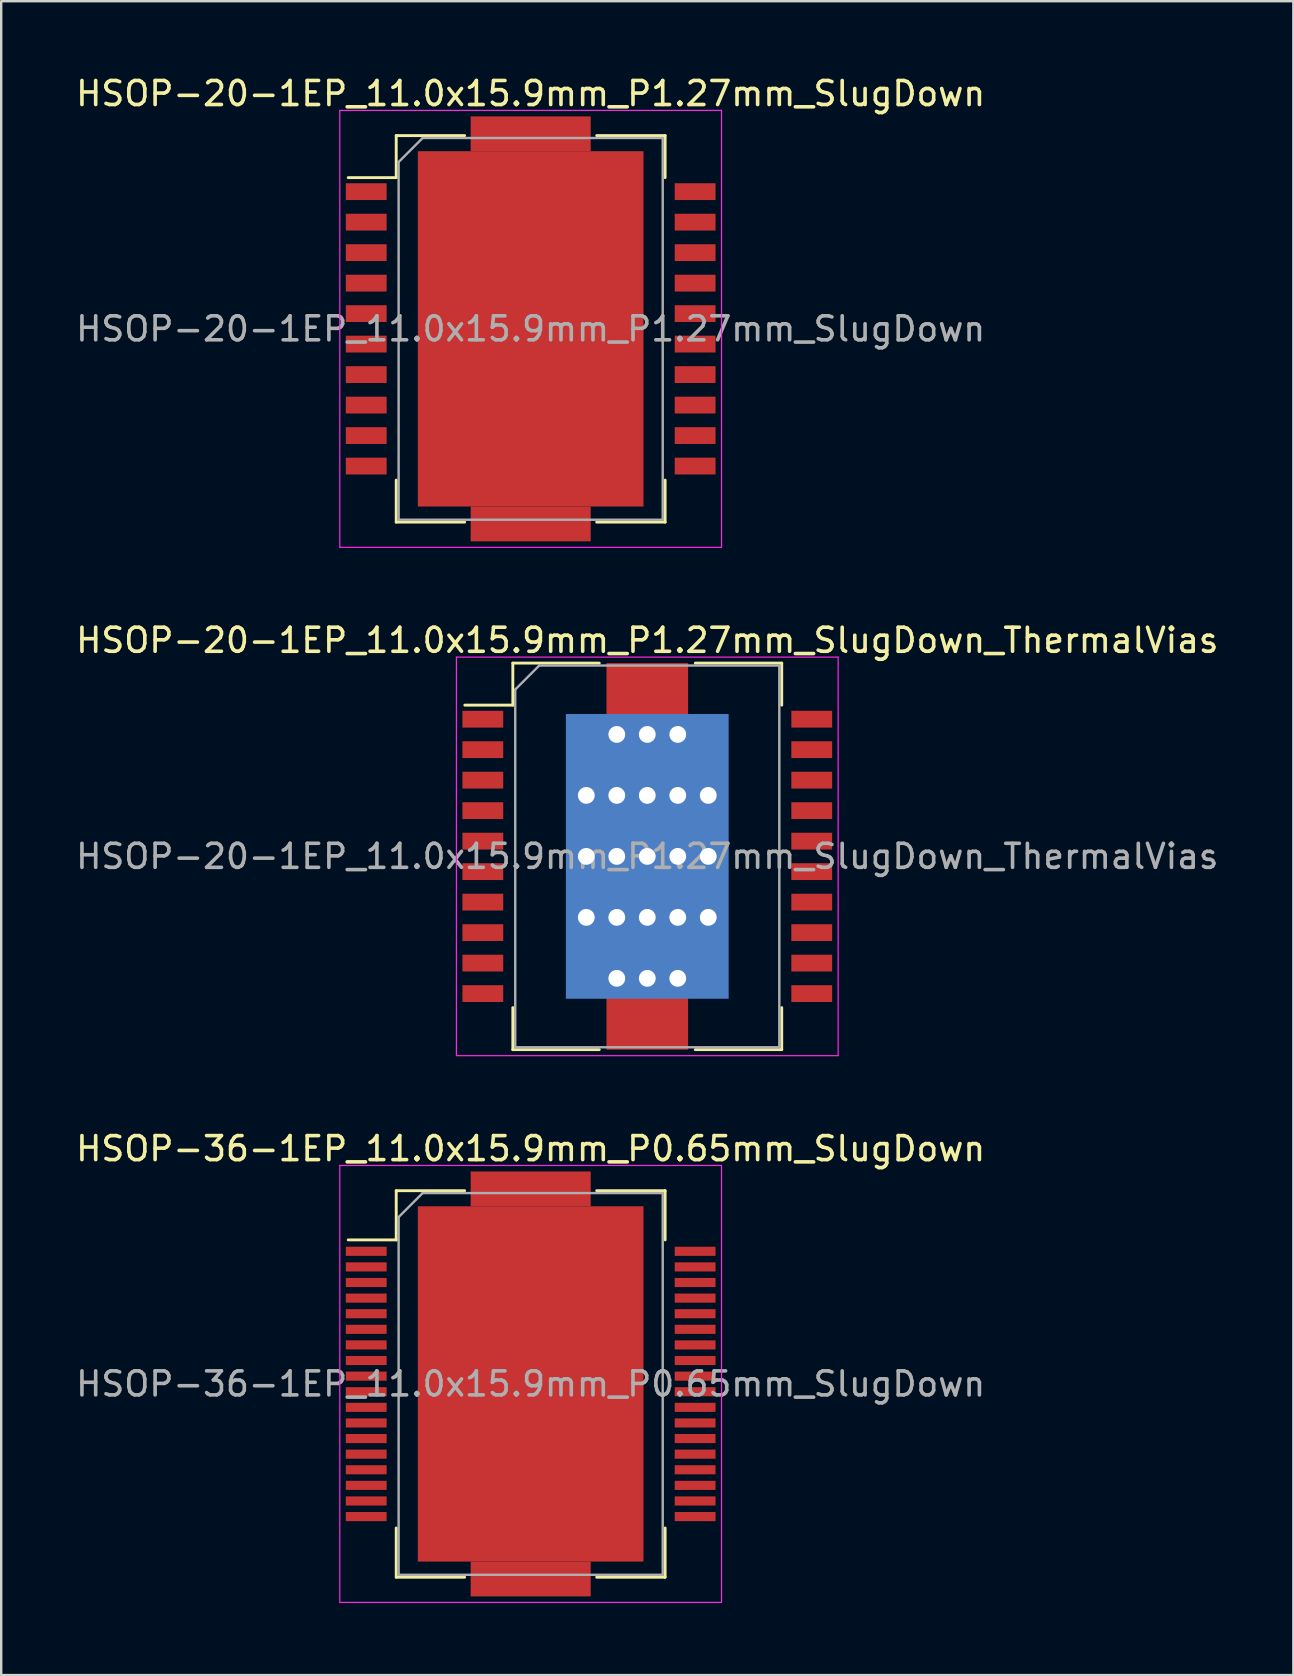
<source format=kicad_pcb>
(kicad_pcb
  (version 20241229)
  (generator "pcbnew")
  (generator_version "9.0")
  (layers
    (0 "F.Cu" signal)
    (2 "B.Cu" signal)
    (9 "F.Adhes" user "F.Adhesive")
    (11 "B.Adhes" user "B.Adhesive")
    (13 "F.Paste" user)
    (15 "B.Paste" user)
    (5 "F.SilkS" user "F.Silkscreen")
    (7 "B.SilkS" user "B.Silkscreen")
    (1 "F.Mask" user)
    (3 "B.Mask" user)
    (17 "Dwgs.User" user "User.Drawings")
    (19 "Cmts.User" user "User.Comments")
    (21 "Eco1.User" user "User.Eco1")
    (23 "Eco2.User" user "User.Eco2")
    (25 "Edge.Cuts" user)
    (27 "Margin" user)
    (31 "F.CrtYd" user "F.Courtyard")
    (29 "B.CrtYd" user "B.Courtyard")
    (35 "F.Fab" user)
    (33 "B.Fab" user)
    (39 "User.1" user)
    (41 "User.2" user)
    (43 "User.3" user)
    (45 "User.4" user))
  (footprint "HSOP-36-1EP_11.0x15.9mm_P0.65mm_SlugDown"
    (layer "F.Cu")
    (at 19.054 54.595)
    (property "Reference" "HSOP-36-1EP_11.0x15.9mm_P0.65mm_SlugDown" (at 0 -9.8 0) (layer "F.SilkS") (effects (font (size 1 1) (thickness 0.15))))
    (attr smd)
    (fp_line (start -5.6 -8.05) (end -5.6 -6) (stroke (width 0.12) (type solid)) (layer "F.SilkS"))
    (fp_line (start -5.6 -6) (end -7.6 -6) (stroke (width 0.12) (type solid)) (layer "F.SilkS"))
    (fp_line (start -5.6 8.05) (end -5.6 6) (stroke (width 0.12) (type solid)) (layer "F.SilkS"))
    (fp_line (start -2.75 -8.05) (end -5.6 -8.05) (stroke (width 0.12) (type solid)) (layer "F.SilkS"))
    (fp_line (start -2.75 8.05) (end -5.6 8.05) (stroke (width 0.12) (type solid)) (layer "F.SilkS"))
    (fp_line (start 5.6 -8.05) (end 2.75 -8.05) (stroke (width 0.12) (type solid)) (layer "F.SilkS"))
    (fp_line (start 5.6 -8.05) (end 5.6 -6) (stroke (width 0.12) (type solid)) (layer "F.SilkS"))
    (fp_line (start 5.6 8.05) (end 2.75 8.05) (stroke (width 0.12) (type solid)) (layer "F.SilkS"))
    (fp_line (start 5.6 8.05) (end 5.6 6) (stroke (width 0.12) (type solid)) (layer "F.SilkS"))
    (fp_line (start -7.95 -9.1) (end -7.95 9.1) (stroke (width 0.05) (type solid)) (layer "F.CrtYd"))
    (fp_line (start -7.95 -9.1) (end 7.95 -9.1) (stroke (width 0.05) (type solid)) (layer "F.CrtYd"))
    (fp_line (start 7.95 9.1) (end -7.95 9.1) (stroke (width 0.05) (type solid)) (layer "F.CrtYd"))
    (fp_line (start 7.95 9.1) (end 7.95 -9.1) (stroke (width 0.05) (type solid)) (layer "F.CrtYd"))
    (fp_line (start -5.5 -6.95) (end -5.5 7.95) (stroke (width 0.1) (type solid)) (layer "F.Fab"))
    (fp_line (start -5.5 7.95) (end 5.5 7.95) (stroke (width 0.1) (type solid)) (layer "F.Fab"))
    (fp_line (start -4.5 -7.95) (end -5.5 -6.95) (stroke (width 0.1) (type solid)) (layer "F.Fab"))
    (fp_line (start 5.5 -7.95) (end -4.5 -7.95) (stroke (width 0.1) (type solid)) (layer "F.Fab"))
    (fp_line (start 5.5 7.95) (end 5.5 -7.95) (stroke (width 0.1) (type solid)) (layer "F.Fab"))
    (fp_text user "${REFERENCE}" (at 0 0 0) (layer "F.Fab") (effects (font (size 1 1) (thickness 0.15))))
    (pad "1" smd rect (at -6.85 -5.525) (size 1.7 0.38) (layers "F.Cu" "F.Mask" "F.Paste"))
    (pad "2" smd rect (at -6.85 -4.875) (size 1.7 0.38) (layers "F.Cu" "F.Mask" "F.Paste"))
    (pad "3" smd rect (at -6.85 -4.225) (size 1.7 0.38) (layers "F.Cu" "F.Mask" "F.Paste"))
    (pad "4" smd rect (at -6.85 -3.575) (size 1.7 0.38) (layers "F.Cu" "F.Mask" "F.Paste"))
    (pad "5" smd rect (at -6.85 -2.925) (size 1.7 0.38) (layers "F.Cu" "F.Mask" "F.Paste"))
    (pad "6" smd rect (at -6.85 -2.275) (size 1.7 0.38) (layers "F.Cu" "F.Mask" "F.Paste"))
    (pad "7" smd rect (at -6.85 -1.625) (size 1.7 0.38) (layers "F.Cu" "F.Mask" "F.Paste"))
    (pad "8" smd rect (at -6.85 -0.975) (size 1.7 0.38) (layers "F.Cu" "F.Mask" "F.Paste"))
    (pad "9" smd rect (at -6.85 -0.325) (size 1.7 0.38) (layers "F.Cu" "F.Mask" "F.Paste"))
    (pad "10" smd rect (at -6.85 0.325) (size 1.7 0.38) (layers "F.Cu" "F.Mask" "F.Paste"))
    (pad "11" smd rect (at -6.85 0.975) (size 1.7 0.38) (layers "F.Cu" "F.Mask" "F.Paste"))
    (pad "12" smd rect (at -6.85 1.625) (size 1.7 0.38) (layers "F.Cu" "F.Mask" "F.Paste"))
    (pad "13" smd rect (at -6.85 2.275) (size 1.7 0.38) (layers "F.Cu" "F.Mask" "F.Paste"))
    (pad "14" smd rect (at -6.85 2.925) (size 1.7 0.38) (layers "F.Cu" "F.Mask" "F.Paste"))
    (pad "15" smd rect (at -6.85 3.575) (size 1.7 0.38) (layers "F.Cu" "F.Mask" "F.Paste"))
    (pad "16" smd rect (at -6.85 4.225) (size 1.7 0.38) (layers "F.Cu" "F.Mask" "F.Paste"))
    (pad "17" smd rect (at -6.85 4.875) (size 1.7 0.38) (layers "F.Cu" "F.Mask" "F.Paste"))
    (pad "18" smd rect (at -6.85 5.525) (size 1.7 0.38) (layers "F.Cu" "F.Mask" "F.Paste"))
    (pad "19" smd rect (at 6.85 5.525) (size 1.7 0.38) (layers "F.Cu" "F.Mask" "F.Paste"))
    (pad "20" smd rect (at 6.85 4.875) (size 1.7 0.38) (layers "F.Cu" "F.Mask" "F.Paste"))
    (pad "21" smd rect (at 6.85 4.225) (size 1.7 0.38) (layers "F.Cu" "F.Mask" "F.Paste"))
    (pad "22" smd rect (at 6.85 3.575) (size 1.7 0.38) (layers "F.Cu" "F.Mask" "F.Paste"))
    (pad "23" smd rect (at 6.85 2.925) (size 1.7 0.38) (layers "F.Cu" "F.Mask" "F.Paste"))
    (pad "24" smd rect (at 6.85 2.275) (size 1.7 0.38) (layers "F.Cu" "F.Mask" "F.Paste"))
    (pad "25" smd rect (at 6.85 1.625) (size 1.7 0.38) (layers "F.Cu" "F.Mask" "F.Paste"))
    (pad "26" smd rect (at 6.85 0.975) (size 1.7 0.38) (layers "F.Cu" "F.Mask" "F.Paste"))
    (pad "27" smd rect (at 6.85 0.325) (size 1.7 0.38) (layers "F.Cu" "F.Mask" "F.Paste"))
    (pad "28" smd rect (at 6.85 -0.325) (size 1.7 0.38) (layers "F.Cu" "F.Mask" "F.Paste"))
    (pad "29" smd rect (at 6.85 -0.975) (size 1.7 0.38) (layers "F.Cu" "F.Mask" "F.Paste"))
    (pad "30" smd rect (at 6.85 -1.625) (size 1.7 0.38) (layers "F.Cu" "F.Mask" "F.Paste"))
    (pad "31" smd rect (at 6.85 -2.275) (size 1.7 0.38) (layers "F.Cu" "F.Mask" "F.Paste"))
    (pad "32" smd rect (at 6.85 -2.925) (size 1.7 0.38) (layers "F.Cu" "F.Mask" "F.Paste"))
    (pad "33" smd rect (at 6.85 -3.575) (size 1.7 0.38) (layers "F.Cu" "F.Mask" "F.Paste"))
    (pad "34" smd rect (at 6.85 -4.225) (size 1.7 0.38) (layers "F.Cu" "F.Mask" "F.Paste"))
    (pad "35" smd rect (at 6.85 -4.875) (size 1.7 0.38) (layers "F.Cu" "F.Mask" "F.Paste"))
    (pad "36" smd rect (at 6.85 -5.525) (size 1.7 0.38) (layers "F.Cu" "F.Mask" "F.Paste"))
    (pad "37" smd rect (at 0 -8.125) (size 5 1.45) (layers "F.Cu" "F.Mask" "F.Paste"))
    (pad "37" smd rect (at 0 0) (size 9.4 14.8) (layers "F.Cu" "F.Mask" "F.Paste"))
    (pad "37" smd rect (at 0 8.125) (size 5 1.45) (layers "F.Cu" "F.Mask" "F.Paste")))
  (footprint "HSOP-20-1EP_11.0x15.9mm_P1.27mm_SlugDown_ThermalVias"
    (layer "F.Cu")
    (at 23.911 32.621)
    (property "Reference" "HSOP-20-1EP_11.0x15.9mm_P1.27mm_SlugDown_ThermalVias" (at 0 -9 0) (layer "F.SilkS") (effects (font (size 1 1) (thickness 0.15))))
    (attr smd)
    (fp_line (start -5.6 -8.05) (end -5.6 -6.3) (stroke (width 0.12) (type solid)) (layer "F.SilkS"))
    (fp_line (start -5.6 -6.3) (end -7.6 -6.3) (stroke (width 0.12) (type solid)) (layer "F.SilkS"))
    (fp_line (start -5.6 8.05) (end -5.6 6.3) (stroke (width 0.12) (type solid)) (layer "F.SilkS"))
    (fp_line (start -2 -8.05) (end -5.6 -8.05) (stroke (width 0.12) (type solid)) (layer "F.SilkS"))
    (fp_line (start -2 8.05) (end -5.6 8.05) (stroke (width 0.12) (type solid)) (layer "F.SilkS"))
    (fp_line (start 5.6 -8.05) (end 2 -8.05) (stroke (width 0.12) (type solid)) (layer "F.SilkS"))
    (fp_line (start 5.6 -8.05) (end 5.6 -6.3) (stroke (width 0.12) (type solid)) (layer "F.SilkS"))
    (fp_line (start 5.6 8.05) (end 2 8.05) (stroke (width 0.12) (type solid)) (layer "F.SilkS"))
    (fp_line (start 5.6 8.05) (end 5.6 6.3) (stroke (width 0.12) (type solid)) (layer "F.SilkS"))
    (fp_line (start -7.95 -8.3) (end -7.95 8.3) (stroke (width 0.05) (type solid)) (layer "F.CrtYd"))
    (fp_line (start -7.95 -8.3) (end 7.95 -8.3) (stroke (width 0.05) (type solid)) (layer "F.CrtYd"))
    (fp_line (start 7.95 8.3) (end -7.95 8.3) (stroke (width 0.05) (type solid)) (layer "F.CrtYd"))
    (fp_line (start 7.95 8.3) (end 7.95 -8.3) (stroke (width 0.05) (type solid)) (layer "F.CrtYd"))
    (fp_line (start -5.5 -6.95) (end -5.5 7.95) (stroke (width 0.1) (type solid)) (layer "F.Fab"))
    (fp_line (start -5.5 7.95) (end 5.5 7.95) (stroke (width 0.1) (type solid)) (layer "F.Fab"))
    (fp_line (start -4.5 -7.95) (end -5.5 -6.95) (stroke (width 0.1) (type solid)) (layer "F.Fab"))
    (fp_line (start 5.5 -7.95) (end -4.5 -7.95) (stroke (width 0.1) (type solid)) (layer "F.Fab"))
    (fp_line (start 5.5 7.95) (end 5.5 -7.95) (stroke (width 0.1) (type solid)) (layer "F.Fab"))
    (fp_text user "${REFERENCE}" (at 0 0 0) (layer "F.Fab") (effects (font (size 1 1) (thickness 0.15))))
    (pad "1" smd rect (at -6.85 -5.715) (size 1.7 0.7) (layers "F.Cu" "F.Mask" "F.Paste"))
    (pad "2" smd rect (at -6.85 -4.445) (size 1.7 0.7) (layers "F.Cu" "F.Mask" "F.Paste"))
    (pad "3" smd rect (at -6.85 -3.175) (size 1.7 0.7) (layers "F.Cu" "F.Mask" "F.Paste"))
    (pad "4" smd rect (at -6.85 -1.905) (size 1.7 0.7) (layers "F.Cu" "F.Mask" "F.Paste"))
    (pad "5" smd rect (at -6.85 -0.635) (size 1.7 0.7) (layers "F.Cu" "F.Mask" "F.Paste"))
    (pad "6" smd rect (at -6.85 0.635) (size 1.7 0.7) (layers "F.Cu" "F.Mask" "F.Paste"))
    (pad "7" smd rect (at -6.85 1.905) (size 1.7 0.7) (layers "F.Cu" "F.Mask" "F.Paste"))
    (pad "8" smd rect (at -6.85 3.175) (size 1.7 0.7) (layers "F.Cu" "F.Mask" "F.Paste"))
    (pad "9" smd rect (at -6.85 4.445) (size 1.7 0.7) (layers "F.Cu" "F.Mask" "F.Paste"))
    (pad "10" smd rect (at -6.85 5.715) (size 1.7 0.7) (layers "F.Cu" "F.Mask" "F.Paste"))
    (pad "11" smd rect (at 6.85 5.715) (size 1.7 0.7) (layers "F.Cu" "F.Mask" "F.Paste"))
    (pad "12" smd rect (at 6.85 4.445) (size 1.7 0.7) (layers "F.Cu" "F.Mask" "F.Paste"))
    (pad "13" smd rect (at 6.85 3.175) (size 1.7 0.7) (layers "F.Cu" "F.Mask" "F.Paste"))
    (pad "14" smd rect (at 6.85 1.905) (size 1.7 0.7) (layers "F.Cu" "F.Mask" "F.Paste"))
    (pad "15" smd rect (at 6.85 0.635) (size 1.7 0.7) (layers "F.Cu" "F.Mask" "F.Paste"))
    (pad "16" smd rect (at 6.85 -0.635) (size 1.7 0.7) (layers "F.Cu" "F.Mask" "F.Paste"))
    (pad "17" smd rect (at 6.85 -1.905) (size 1.7 0.7) (layers "F.Cu" "F.Mask" "F.Paste"))
    (pad "18" smd rect (at 6.85 -3.175) (size 1.7 0.7) (layers "F.Cu" "F.Mask" "F.Paste"))
    (pad "19" smd rect (at 6.85 -4.445) (size 1.7 0.7) (layers "F.Cu" "F.Mask" "F.Paste"))
    (pad "20" smd rect (at 6.85 -5.715) (size 1.7 0.7) (layers "F.Cu" "F.Mask" "F.Paste"))
    (pad "21" thru_hole circle (at -2.54 -2.54) (size 1 1) (drill 0.7) (layers "*.Cu"))
    (pad "21" thru_hole circle (at -2.54 0) (size 1 1) (drill 0.7) (layers "*.Cu"))
    (pad "21" thru_hole circle (at -2.54 2.54) (size 1 1) (drill 0.7) (layers "*.Cu"))
    (pad "21" thru_hole circle (at -1.27 -5.08) (size 1 1) (drill 0.7) (layers "*.Cu"))
    (pad "21" thru_hole circle (at -1.27 -2.54) (size 1 1) (drill 0.7) (layers "*.Cu"))
    (pad "21" thru_hole circle (at -1.27 0) (size 1 1) (drill 0.7) (layers "*.Cu"))
    (pad "21" thru_hole circle (at -1.27 2.54) (size 1 1) (drill 0.7) (layers "*.Cu"))
    (pad "21" thru_hole circle (at -1.27 5.08) (size 1 1) (drill 0.7) (layers "*.Cu"))
    (pad "21" smd rect (at 0 -6.843) (size 3.4 2.415) (layers "F.Cu" "F.Mask" "F.Paste"))
    (pad "21" thru_hole circle (at 0 -5.08) (size 1 1) (drill 0.7) (layers "*.Cu"))
    (pad "21" thru_hole circle (at 0 -2.54) (size 1 1) (drill 0.7) (layers "*.Cu"))
    (pad "21" thru_hole circle (at 0 0) (size 1 1) (drill 0.7) (layers "*.Cu"))
    (pad "21" smd rect (at 0 0) (size 6.4 11.27) (layers "F.Cu" "F.Mask" "F.Paste"))
    (pad "21" smd rect (at 0 0) (size 6.78 11.86) (layers "B.Cu"))
    (pad "21" thru_hole circle (at 0 2.54) (size 1 1) (drill 0.7) (layers "*.Cu"))
    (pad "21" thru_hole circle (at 0 5.08) (size 1 1) (drill 0.7) (layers "*.Cu"))
    (pad "21" smd rect (at 0 6.843) (size 3.4 2.415) (layers "F.Cu" "F.Mask" "F.Paste"))
    (pad "21" thru_hole circle (at 1.27 -5.08) (size 1 1) (drill 0.7) (layers "*.Cu"))
    (pad "21" thru_hole circle (at 1.27 -2.54) (size 1 1) (drill 0.7) (layers "*.Cu"))
    (pad "21" thru_hole circle (at 1.27 0) (size 1 1) (drill 0.7) (layers "*.Cu"))
    (pad "21" thru_hole circle (at 1.27 2.54) (size 1 1) (drill 0.7) (layers "*.Cu"))
    (pad "21" thru_hole circle (at 1.27 5.08) (size 1 1) (drill 0.7) (layers "*.Cu"))
    (pad "21" thru_hole circle (at 2.54 -2.54) (size 1 1) (drill 0.7) (layers "*.Cu"))
    (pad "21" thru_hole circle (at 2.54 0) (size 1 1) (drill 0.7) (layers "*.Cu"))
    (pad "21" thru_hole circle (at 2.54 2.54) (size 1 1) (drill 0.7) (layers "*.Cu")))
  (footprint "HSOP-20-1EP_11.0x15.9mm_P1.27mm_SlugDown"
    (layer "F.Cu")
    (at 19.054 10.648)
    (property "Reference" "HSOP-20-1EP_11.0x15.9mm_P1.27mm_SlugDown" (at 0 -9.8 0) (layer "F.SilkS") (effects (font (size 1 1) (thickness 0.15))))
    (attr smd)
    (fp_line (start -5.6 -8.05) (end -5.6 -6.3) (stroke (width 0.12) (type solid)) (layer "F.SilkS"))
    (fp_line (start -5.6 -6.3) (end -7.6 -6.3) (stroke (width 0.12) (type solid)) (layer "F.SilkS"))
    (fp_line (start -5.6 8.05) (end -5.6 6.3) (stroke (width 0.12) (type solid)) (layer "F.SilkS"))
    (fp_line (start -2.75 -8.05) (end -5.6 -8.05) (stroke (width 0.12) (type solid)) (layer "F.SilkS"))
    (fp_line (start -2.75 8.05) (end -5.6 8.05) (stroke (width 0.12) (type solid)) (layer "F.SilkS"))
    (fp_line (start 5.6 -8.05) (end 2.75 -8.05) (stroke (width 0.12) (type solid)) (layer "F.SilkS"))
    (fp_line (start 5.6 -8.05) (end 5.6 -6.3) (stroke (width 0.12) (type solid)) (layer "F.SilkS"))
    (fp_line (start 5.6 8.05) (end 2.75 8.05) (stroke (width 0.12) (type solid)) (layer "F.SilkS"))
    (fp_line (start 5.6 8.05) (end 5.6 6.3) (stroke (width 0.12) (type solid)) (layer "F.SilkS"))
    (fp_line (start -7.95 -9.1) (end -7.95 9.1) (stroke (width 0.05) (type solid)) (layer "F.CrtYd"))
    (fp_line (start -7.95 -9.1) (end 7.95 -9.1) (stroke (width 0.05) (type solid)) (layer "F.CrtYd"))
    (fp_line (start 7.95 9.1) (end -7.95 9.1) (stroke (width 0.05) (type solid)) (layer "F.CrtYd"))
    (fp_line (start 7.95 9.1) (end 7.95 -9.1) (stroke (width 0.05) (type solid)) (layer "F.CrtYd"))
    (fp_line (start -5.5 -6.95) (end -5.5 7.95) (stroke (width 0.1) (type solid)) (layer "F.Fab"))
    (fp_line (start -5.5 7.95) (end 5.5 7.95) (stroke (width 0.1) (type solid)) (layer "F.Fab"))
    (fp_line (start -4.5 -7.95) (end -5.5 -6.95) (stroke (width 0.1) (type solid)) (layer "F.Fab"))
    (fp_line (start 5.5 -7.95) (end -4.5 -7.95) (stroke (width 0.1) (type solid)) (layer "F.Fab"))
    (fp_line (start 5.5 7.95) (end 5.5 -7.95) (stroke (width 0.1) (type solid)) (layer "F.Fab"))
    (fp_text user "${REFERENCE}" (at 0 0 0) (layer "F.Fab") (effects (font (size 1 1) (thickness 0.15))))
    (pad "1" smd rect (at -6.85 -5.715) (size 1.7 0.7) (layers "F.Cu" "F.Mask" "F.Paste"))
    (pad "2" smd rect (at -6.85 -4.445) (size 1.7 0.7) (layers "F.Cu" "F.Mask" "F.Paste"))
    (pad "3" smd rect (at -6.85 -3.175) (size 1.7 0.7) (layers "F.Cu" "F.Mask" "F.Paste"))
    (pad "4" smd rect (at -6.85 -1.905) (size 1.7 0.7) (layers "F.Cu" "F.Mask" "F.Paste"))
    (pad "5" smd rect (at -6.85 -0.635) (size 1.7 0.7) (layers "F.Cu" "F.Mask" "F.Paste"))
    (pad "6" smd rect (at -6.85 0.635) (size 1.7 0.7) (layers "F.Cu" "F.Mask" "F.Paste"))
    (pad "7" smd rect (at -6.85 1.905) (size 1.7 0.7) (layers "F.Cu" "F.Mask" "F.Paste"))
    (pad "8" smd rect (at -6.85 3.175) (size 1.7 0.7) (layers "F.Cu" "F.Mask" "F.Paste"))
    (pad "9" smd rect (at -6.85 4.445) (size 1.7 0.7) (layers "F.Cu" "F.Mask" "F.Paste"))
    (pad "10" smd rect (at -6.85 5.715) (size 1.7 0.7) (layers "F.Cu" "F.Mask" "F.Paste"))
    (pad "11" smd rect (at 6.85 5.715) (size 1.7 0.7) (layers "F.Cu" "F.Mask" "F.Paste"))
    (pad "12" smd rect (at 6.85 4.445) (size 1.7 0.7) (layers "F.Cu" "F.Mask" "F.Paste"))
    (pad "13" smd rect (at 6.85 3.175) (size 1.7 0.7) (layers "F.Cu" "F.Mask" "F.Paste"))
    (pad "14" smd rect (at 6.85 1.905) (size 1.7 0.7) (layers "F.Cu" "F.Mask" "F.Paste"))
    (pad "15" smd rect (at 6.85 0.635) (size 1.7 0.7) (layers "F.Cu" "F.Mask" "F.Paste"))
    (pad "16" smd rect (at 6.85 -0.635) (size 1.7 0.7) (layers "F.Cu" "F.Mask" "F.Paste"))
    (pad "17" smd rect (at 6.85 -1.905) (size 1.7 0.7) (layers "F.Cu" "F.Mask" "F.Paste"))
    (pad "18" smd rect (at 6.85 -3.175) (size 1.7 0.7) (layers "F.Cu" "F.Mask" "F.Paste"))
    (pad "19" smd rect (at 6.85 -4.445) (size 1.7 0.7) (layers "F.Cu" "F.Mask" "F.Paste"))
    (pad "20" smd rect (at 6.85 -5.715) (size 1.7 0.7) (layers "F.Cu" "F.Mask" "F.Paste"))
    (pad "21" smd rect (at 0 -8.125) (size 5 1.45) (layers "F.Cu" "F.Mask" "F.Paste"))
    (pad "21" smd rect (at 0 0) (size 9.4 14.8) (layers "F.Cu" "F.Mask" "F.Paste"))
    (pad "21" smd rect (at 0 8.125) (size 5 1.45) (layers "F.Cu" "F.Mask" "F.Paste")))
  (gr_rect
    (start -3 -3)
    (end 50.821 66.72)
    (stroke (width 0.1) (type default))
    (fill no)
    (layer "Edge.Cuts")))
</source>
